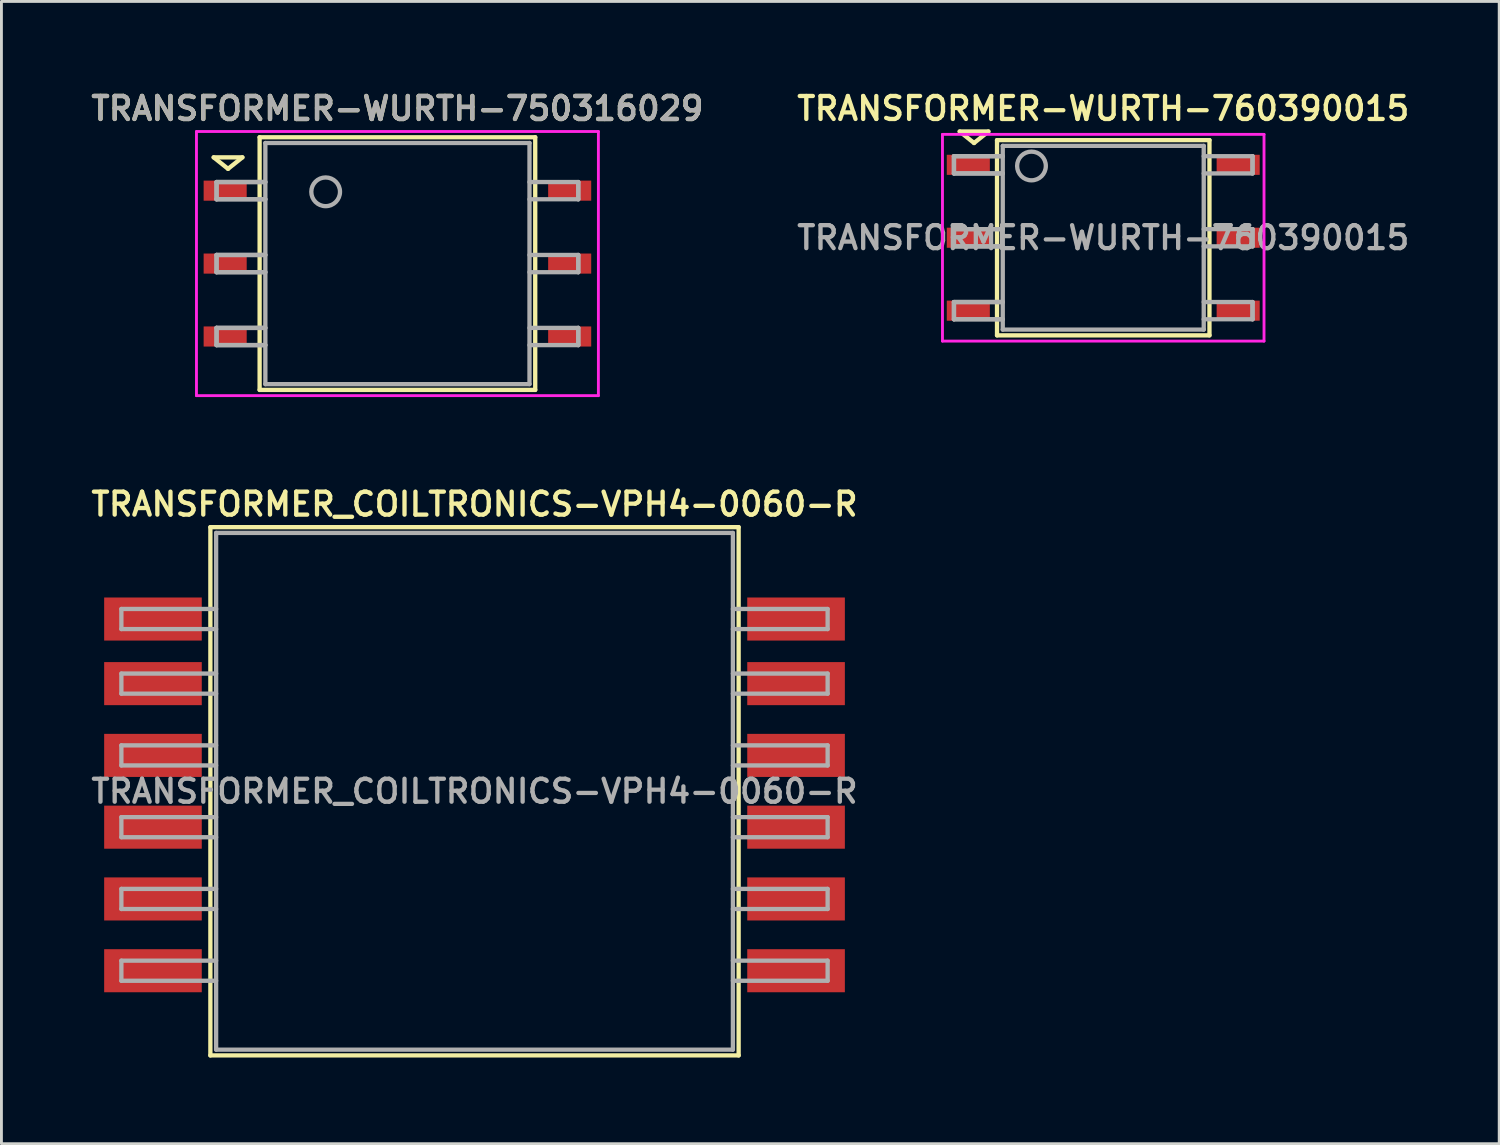
<source format=kicad_pcb>
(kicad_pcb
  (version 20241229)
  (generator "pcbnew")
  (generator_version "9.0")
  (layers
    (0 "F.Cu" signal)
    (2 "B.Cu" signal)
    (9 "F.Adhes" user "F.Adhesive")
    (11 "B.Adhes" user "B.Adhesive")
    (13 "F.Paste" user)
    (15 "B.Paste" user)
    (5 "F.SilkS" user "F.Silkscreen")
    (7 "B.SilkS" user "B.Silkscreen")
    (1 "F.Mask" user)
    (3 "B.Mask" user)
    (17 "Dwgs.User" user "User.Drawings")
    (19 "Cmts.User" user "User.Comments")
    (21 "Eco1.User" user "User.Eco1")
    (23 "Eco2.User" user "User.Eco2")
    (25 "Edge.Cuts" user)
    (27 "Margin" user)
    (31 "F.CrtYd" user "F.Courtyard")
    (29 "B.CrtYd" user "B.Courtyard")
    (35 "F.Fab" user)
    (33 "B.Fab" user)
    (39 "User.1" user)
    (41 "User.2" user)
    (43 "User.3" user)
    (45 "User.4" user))
  (footprint "TRANSFORMER_COILTRONICS-VPH4-0060-R"
    (layer "F.Cu")
    (at 13.478 24.512)
    (property "Reference" "TRANSFORMER_COILTRONICS-VPH4-0060-R" (at 0 -10 0) (layer "F.SilkS") (effects (font (size 0.8 0.8) (thickness 0.15))))
    (attr through_hole)
    (fp_line (start -9.2 -9.2) (end 9.2 -9.2) (stroke (width 0.15) (type solid)) (layer "F.SilkS"))
    (fp_line (start -9.2 9.2) (end -9.2 -9.2) (stroke (width 0.15) (type solid)) (layer "F.SilkS"))
    (fp_line (start -9.2 9.2) (end 9.2 9.2) (stroke (width 0.15) (type solid)) (layer "F.SilkS"))
    (fp_line (start 9.2 -9.2) (end 9.2 9.2) (stroke (width 0.15) (type solid)) (layer "F.SilkS"))
    (fp_line (start -12.3 -6.35) (end -12.3 -5.65) (stroke (width 0.15) (type solid)) (layer "F.Fab"))
    (fp_line (start -12.3 -5.65) (end -9 -5.65) (stroke (width 0.15) (type solid)) (layer "F.Fab"))
    (fp_line (start -12.3 -4.1) (end -12.3 -3.4) (stroke (width 0.15) (type solid)) (layer "F.Fab"))
    (fp_line (start -12.3 -3.4) (end -9 -3.4) (stroke (width 0.15) (type solid)) (layer "F.Fab"))
    (fp_line (start -12.3 -1.6) (end -12.3 -0.9) (stroke (width 0.15) (type solid)) (layer "F.Fab"))
    (fp_line (start -12.3 -0.9) (end -9 -0.9) (stroke (width 0.15) (type solid)) (layer "F.Fab"))
    (fp_line (start -12.3 0.9) (end -12.3 1.6) (stroke (width 0.15) (type solid)) (layer "F.Fab"))
    (fp_line (start -12.3 1.6) (end -9 1.6) (stroke (width 0.15) (type solid)) (layer "F.Fab"))
    (fp_line (start -12.3 3.4) (end -12.3 4.1) (stroke (width 0.15) (type solid)) (layer "F.Fab"))
    (fp_line (start -12.3 4.1) (end -9 4.1) (stroke (width 0.15) (type solid)) (layer "F.Fab"))
    (fp_line (start -12.3 5.9) (end -12.3 6.6) (stroke (width 0.15) (type solid)) (layer "F.Fab"))
    (fp_line (start -12.3 6.6) (end -9 6.6) (stroke (width 0.15) (type solid)) (layer "F.Fab"))
    (fp_line (start -9 -9) (end -9 9) (stroke (width 0.15) (type solid)) (layer "F.Fab"))
    (fp_line (start -9 -6.35) (end -12.3 -6.35) (stroke (width 0.15) (type solid)) (layer "F.Fab"))
    (fp_line (start -9 -4.1) (end -12.3 -4.1) (stroke (width 0.15) (type solid)) (layer "F.Fab"))
    (fp_line (start -9 -1.6) (end -12.3 -1.6) (stroke (width 0.15) (type solid)) (layer "F.Fab"))
    (fp_line (start -9 0.9) (end -12.3 0.9) (stroke (width 0.15) (type solid)) (layer "F.Fab"))
    (fp_line (start -9 3.4) (end -12.3 3.4) (stroke (width 0.15) (type solid)) (layer "F.Fab"))
    (fp_line (start -9 5.9) (end -12.3 5.9) (stroke (width 0.15) (type solid)) (layer "F.Fab"))
    (fp_line (start -9 9) (end 9 9) (stroke (width 0.15) (type solid)) (layer "F.Fab"))
    (fp_line (start 9 -9) (end -9 -9) (stroke (width 0.15) (type solid)) (layer "F.Fab"))
    (fp_line (start 9 -5.65) (end 12.3 -5.65) (stroke (width 0.15) (type solid)) (layer "F.Fab"))
    (fp_line (start 9 -3.4) (end 12.3 -3.4) (stroke (width 0.15) (type solid)) (layer "F.Fab"))
    (fp_line (start 9 -0.9) (end 12.3 -0.9) (stroke (width 0.15) (type solid)) (layer "F.Fab"))
    (fp_line (start 9 1.6) (end 12.3 1.6) (stroke (width 0.15) (type solid)) (layer "F.Fab"))
    (fp_line (start 9 4.1) (end 12.3 4.1) (stroke (width 0.15) (type solid)) (layer "F.Fab"))
    (fp_line (start 9 6.6) (end 12.3 6.6) (stroke (width 0.15) (type solid)) (layer "F.Fab"))
    (fp_line (start 9 9) (end 9 -9) (stroke (width 0.15) (type solid)) (layer "F.Fab"))
    (fp_line (start 12.3 -6.35) (end 9 -6.35) (stroke (width 0.15) (type solid)) (layer "F.Fab"))
    (fp_line (start 12.3 -5.65) (end 12.3 -6.35) (stroke (width 0.15) (type solid)) (layer "F.Fab"))
    (fp_line (start 12.3 -4.1) (end 9 -4.1) (stroke (width 0.15) (type solid)) (layer "F.Fab"))
    (fp_line (start 12.3 -3.4) (end 12.3 -4.1) (stroke (width 0.15) (type solid)) (layer "F.Fab"))
    (fp_line (start 12.3 -1.6) (end 9 -1.6) (stroke (width 0.15) (type solid)) (layer "F.Fab"))
    (fp_line (start 12.3 -0.9) (end 12.3 -1.6) (stroke (width 0.15) (type solid)) (layer "F.Fab"))
    (fp_line (start 12.3 0.9) (end 9 0.9) (stroke (width 0.15) (type solid)) (layer "F.Fab"))
    (fp_line (start 12.3 1.6) (end 12.3 0.9) (stroke (width 0.15) (type solid)) (layer "F.Fab"))
    (fp_line (start 12.3 3.4) (end 9 3.4) (stroke (width 0.15) (type solid)) (layer "F.Fab"))
    (fp_line (start 12.3 4.1) (end 12.3 3.4) (stroke (width 0.15) (type solid)) (layer "F.Fab"))
    (fp_line (start 12.3 5.9) (end 9 5.9) (stroke (width 0.15) (type solid)) (layer "F.Fab"))
    (fp_line (start 12.3 6.6) (end 12.3 5.9) (stroke (width 0.15) (type solid)) (layer "F.Fab"))
    (fp_text user "${REFERENCE}" (at 0 0 0) (layer "F.Fab") (effects (font (size 0.8 0.8) (thickness 0.15))))
    (pad "1" smd rect (at -11.2 -6) (size 3.4 1.5) (layers "F.Cu" "F.Mask" "F.Paste"))
    (pad "2" smd rect (at -11.2 -3.75) (size 3.4 1.5) (layers "F.Cu" "F.Mask" "F.Paste"))
    (pad "3" smd rect (at -11.2 -1.25) (size 3.4 1.5) (layers "F.Cu" "F.Mask" "F.Paste"))
    (pad "4" smd rect (at -11.2 1.25) (size 3.4 1.5) (layers "F.Cu" "F.Mask" "F.Paste"))
    (pad "5" smd rect (at -11.2 3.75) (size 3.4 1.5) (layers "F.Cu" "F.Mask" "F.Paste"))
    (pad "6" smd rect (at -11.2 6.25) (size 3.4 1.5) (layers "F.Cu" "F.Mask" "F.Paste"))
    (pad "7" smd rect (at 11.2 6.25) (size 3.4 1.5) (layers "F.Cu" "F.Mask" "F.Paste"))
    (pad "8" smd rect (at 11.2 3.75) (size 3.4 1.5) (layers "F.Cu" "F.Mask" "F.Paste"))
    (pad "9" smd rect (at 11.2 1.25) (size 3.4 1.5) (layers "F.Cu" "F.Mask" "F.Paste"))
    (pad "10" smd rect (at 11.2 -1.25) (size 3.4 1.5) (layers "F.Cu" "F.Mask" "F.Paste"))
    (pad "11" smd rect (at 11.2 -3.75) (size 3.4 1.5) (layers "F.Cu" "F.Mask" "F.Paste"))
    (pad "12" smd rect (at 11.2 -6) (size 3.4 1.5) (layers "F.Cu" "F.Mask" "F.Paste")))
  (footprint "TRANSFORMER-WURTH-750316029"
    (layer "F.Cu")
    (at 10.793 6.131)
    (property "Reference" "TRANSFORMER-WURTH-750316029" (at 0 -5.4 0) (layer "F.SilkS") (effects (font (size 0.8 0.8) (thickness 0.15))))
    (attr through_hole)
    (fp_line (start -6.4 -3.7) (end -5.4 -3.7) (stroke (width 0.15) (type solid)) (layer "F.SilkS"))
    (fp_line (start -5.9 -3.3) (end -6.4 -3.7) (stroke (width 0.15) (type solid)) (layer "F.SilkS"))
    (fp_line (start -5.4 -3.7) (end -5.9 -3.3) (stroke (width 0.15) (type solid)) (layer "F.SilkS"))
    (fp_line (start -4.8 -4.4) (end -4.8 4.4) (stroke (width 0.15) (type solid)) (layer "F.SilkS"))
    (fp_line (start -4.8 4.4) (end 4.8 4.4) (stroke (width 0.15) (type solid)) (layer "F.SilkS"))
    (fp_line (start 4.8 -4.4) (end -4.8 -4.4) (stroke (width 0.15) (type solid)) (layer "F.SilkS"))
    (fp_line (start 4.8 4.4) (end 4.8 -4.4) (stroke (width 0.15) (type solid)) (layer "F.SilkS"))
    (fp_line (start -7 -4.6) (end -7 4.6) (stroke (width 0.1) (type solid)) (layer "F.CrtYd"))
    (fp_line (start -7 4.6) (end 7 4.6) (stroke (width 0.1) (type solid)) (layer "F.CrtYd"))
    (fp_line (start 7 -4.6) (end -7 -4.6) (stroke (width 0.1) (type solid)) (layer "F.CrtYd"))
    (fp_line (start 7 4.6) (end 7 -4.6) (stroke (width 0.1) (type solid)) (layer "F.CrtYd"))
    (fp_line (start -6.3 -2.84) (end -6.3 -2.24) (stroke (width 0.15) (type solid)) (layer "F.Fab"))
    (fp_line (start -6.3 -2.84) (end -6.3 -2.24) (stroke (width 0.15) (type solid)) (layer "F.Fab"))
    (fp_line (start -6.3 -2.24) (end -4.6 -2.24) (stroke (width 0.15) (type solid)) (layer "F.Fab"))
    (fp_line (start -6.3 -2.24) (end -4.6 -2.24) (stroke (width 0.15) (type solid)) (layer "F.Fab"))
    (fp_line (start -6.3 -0.3) (end -6.3 0.3) (stroke (width 0.15) (type solid)) (layer "F.Fab"))
    (fp_line (start -6.3 -0.3) (end -6.3 0.3) (stroke (width 0.15) (type solid)) (layer "F.Fab"))
    (fp_line (start -6.3 0.3) (end -4.6 0.3) (stroke (width 0.15) (type solid)) (layer "F.Fab"))
    (fp_line (start -6.3 0.3) (end -4.6 0.3) (stroke (width 0.15) (type solid)) (layer "F.Fab"))
    (fp_line (start -6.3 2.24) (end -6.3 2.84) (stroke (width 0.15) (type solid)) (layer "F.Fab"))
    (fp_line (start -6.3 2.24) (end -6.3 2.84) (stroke (width 0.15) (type solid)) (layer "F.Fab"))
    (fp_line (start -6.3 2.84) (end -4.6 2.84) (stroke (width 0.15) (type solid)) (layer "F.Fab"))
    (fp_line (start -6.3 2.84) (end -4.6 2.84) (stroke (width 0.15) (type solid)) (layer "F.Fab"))
    (fp_line (start -4.6 -4.2) (end 4.6 -4.2) (stroke (width 0.15) (type solid)) (layer "F.Fab"))
    (fp_line (start -4.6 -2.84) (end -6.3 -2.84) (stroke (width 0.15) (type solid)) (layer "F.Fab"))
    (fp_line (start -4.6 -2.84) (end -6.3 -2.84) (stroke (width 0.15) (type solid)) (layer "F.Fab"))
    (fp_line (start -4.6 -0.3) (end -6.3 -0.3) (stroke (width 0.15) (type solid)) (layer "F.Fab"))
    (fp_line (start -4.6 -0.3) (end -6.3 -0.3) (stroke (width 0.15) (type solid)) (layer "F.Fab"))
    (fp_line (start -4.6 2.24) (end -6.3 2.24) (stroke (width 0.15) (type solid)) (layer "F.Fab"))
    (fp_line (start -4.6 2.24) (end -6.3 2.24) (stroke (width 0.15) (type solid)) (layer "F.Fab"))
    (fp_line (start -4.6 4.2) (end -4.6 -4.2) (stroke (width 0.15) (type solid)) (layer "F.Fab"))
    (fp_line (start 4.6 -4.2) (end 4.6 4.2) (stroke (width 0.15) (type solid)) (layer "F.Fab"))
    (fp_line (start 4.6 -2.84) (end 6.3 -2.84) (stroke (width 0.15) (type solid)) (layer "F.Fab"))
    (fp_line (start 4.6 -0.3) (end 6.3 -0.3) (stroke (width 0.15) (type solid)) (layer "F.Fab"))
    (fp_line (start 4.6 2.24) (end 6.3 2.24) (stroke (width 0.15) (type solid)) (layer "F.Fab"))
    (fp_line (start 4.6 4.2) (end -4.6 4.2) (stroke (width 0.15) (type solid)) (layer "F.Fab"))
    (fp_line (start 6.3 -2.84) (end 6.3 -2.24) (stroke (width 0.15) (type solid)) (layer "F.Fab"))
    (fp_line (start 6.3 -2.84) (end 6.3 -2.24) (stroke (width 0.15) (type solid)) (layer "F.Fab"))
    (fp_line (start 6.3 -2.24) (end 4.6 -2.24) (stroke (width 0.15) (type solid)) (layer "F.Fab"))
    (fp_line (start 6.3 -0.3) (end 6.3 0.3) (stroke (width 0.15) (type solid)) (layer "F.Fab"))
    (fp_line (start 6.3 -0.3) (end 6.3 0.3) (stroke (width 0.15) (type solid)) (layer "F.Fab"))
    (fp_line (start 6.3 0.3) (end 4.6 0.3) (stroke (width 0.15) (type solid)) (layer "F.Fab"))
    (fp_line (start 6.3 2.24) (end 6.3 2.84) (stroke (width 0.15) (type solid)) (layer "F.Fab"))
    (fp_line (start 6.3 2.24) (end 6.3 2.84) (stroke (width 0.15) (type solid)) (layer "F.Fab"))
    (fp_line (start 6.3 2.84) (end 4.6 2.84) (stroke (width 0.15) (type solid)) (layer "F.Fab"))
    (fp_circle (center -2.5 -2.5) (end -2 -2.5) (stroke (width 0.15) (type solid)) (fill no) (layer "F.Fab"))
    (fp_text user "${REFERENCE}" (at 0 -5.4 0) (layer "F.Fab") (effects (font (size 0.8 0.8) (thickness 0.15))))
    (pad "1" smd rect (at -6 -2.54) (size 1.5 0.7) (layers "F.Cu" "F.Mask" "F.Paste"))
    (pad "2" smd rect (at -6 0) (size 1.5 0.7) (layers "F.Cu" "F.Mask" "F.Paste"))
    (pad "3" smd rect (at -6 2.54) (size 1.5 0.7) (layers "F.Cu" "F.Mask" "F.Paste"))
    (pad "4" smd rect (at 6 2.54) (size 1.5 0.7) (layers "F.Cu" "F.Mask" "F.Paste"))
    (pad "5" smd rect (at 6 0) (size 1.5 0.7) (layers "F.Cu" "F.Mask" "F.Paste"))
    (pad "6" smd rect (at 6 -2.54) (size 1.5 0.7) (layers "F.Cu" "F.Mask" "F.Paste")))
  (footprint "TRANSFORMER-WURTH-760390015"
    (layer "F.Cu")
    (at 35.378 5.231)
    (property "Reference" "TRANSFORMER-WURTH-760390015" (at 0 -4.5 0) (layer "F.SilkS") (effects (font (size 0.8 0.8) (thickness 0.15))))
    (attr through_hole)
    (fp_line (start -5 -3.7) (end -4 -3.7) (stroke (width 0.15) (type solid)) (layer "F.SilkS"))
    (fp_line (start -4.5 -3.3) (end -5 -3.7) (stroke (width 0.15) (type solid)) (layer "F.SilkS"))
    (fp_line (start -4 -3.7) (end -4.5 -3.3) (stroke (width 0.15) (type solid)) (layer "F.SilkS"))
    (fp_line (start -3.7 -3.4) (end -3.7 3.4) (stroke (width 0.15) (type solid)) (layer "F.SilkS"))
    (fp_line (start -3.7 3.4) (end 3.7 3.4) (stroke (width 0.15) (type solid)) (layer "F.SilkS"))
    (fp_line (start 3.7 -3.4) (end -3.7 -3.4) (stroke (width 0.15) (type solid)) (layer "F.SilkS"))
    (fp_line (start 3.7 3.4) (end 3.7 -3.4) (stroke (width 0.15) (type solid)) (layer "F.SilkS"))
    (fp_line (start -5.6 -3.6) (end -5.6 3.6) (stroke (width 0.1) (type solid)) (layer "F.CrtYd"))
    (fp_line (start -5.6 3.6) (end 5.6 3.6) (stroke (width 0.1) (type solid)) (layer "F.CrtYd"))
    (fp_line (start 5.6 -3.6) (end -5.6 -3.6) (stroke (width 0.1) (type solid)) (layer "F.CrtYd"))
    (fp_line (start 5.6 3.6) (end 5.6 -3.6) (stroke (width 0.1) (type solid)) (layer "F.CrtYd"))
    (fp_line (start -5.2 -2.84) (end -5.2 -2.24) (stroke (width 0.15) (type solid)) (layer "F.Fab"))
    (fp_line (start -5.2 -2.84) (end -5.2 -2.24) (stroke (width 0.15) (type solid)) (layer "F.Fab"))
    (fp_line (start -5.2 -2.24) (end -3.5 -2.24) (stroke (width 0.15) (type solid)) (layer "F.Fab"))
    (fp_line (start -5.2 -2.24) (end -3.5 -2.24) (stroke (width 0.15) (type solid)) (layer "F.Fab"))
    (fp_line (start -5.2 -0.3) (end -5.2 0.3) (stroke (width 0.15) (type solid)) (layer "F.Fab"))
    (fp_line (start -5.2 -0.3) (end -5.2 0.3) (stroke (width 0.15) (type solid)) (layer "F.Fab"))
    (fp_line (start -5.2 0.3) (end -3.5 0.3) (stroke (width 0.15) (type solid)) (layer "F.Fab"))
    (fp_line (start -5.2 0.3) (end -3.5 0.3) (stroke (width 0.15) (type solid)) (layer "F.Fab"))
    (fp_line (start -5.2 2.24) (end -5.2 2.84) (stroke (width 0.15) (type solid)) (layer "F.Fab"))
    (fp_line (start -5.2 2.24) (end -5.2 2.84) (stroke (width 0.15) (type solid)) (layer "F.Fab"))
    (fp_line (start -5.2 2.84) (end -3.5 2.84) (stroke (width 0.15) (type solid)) (layer "F.Fab"))
    (fp_line (start -5.2 2.84) (end -3.5 2.84) (stroke (width 0.15) (type solid)) (layer "F.Fab"))
    (fp_line (start -3.5 -3.2) (end 3.5 -3.2) (stroke (width 0.15) (type solid)) (layer "F.Fab"))
    (fp_line (start -3.5 -2.84) (end -5.2 -2.84) (stroke (width 0.15) (type solid)) (layer "F.Fab"))
    (fp_line (start -3.5 -2.84) (end -5.2 -2.84) (stroke (width 0.15) (type solid)) (layer "F.Fab"))
    (fp_line (start -3.5 -0.3) (end -5.2 -0.3) (stroke (width 0.15) (type solid)) (layer "F.Fab"))
    (fp_line (start -3.5 -0.3) (end -5.2 -0.3) (stroke (width 0.15) (type solid)) (layer "F.Fab"))
    (fp_line (start -3.5 2.24) (end -5.2 2.24) (stroke (width 0.15) (type solid)) (layer "F.Fab"))
    (fp_line (start -3.5 2.24) (end -5.2 2.24) (stroke (width 0.15) (type solid)) (layer "F.Fab"))
    (fp_line (start -3.5 3.2) (end -3.5 -3.2) (stroke (width 0.15) (type solid)) (layer "F.Fab"))
    (fp_line (start 3.5 -3.2) (end 3.5 3.2) (stroke (width 0.15) (type solid)) (layer "F.Fab"))
    (fp_line (start 3.5 -2.84) (end 5.2 -2.84) (stroke (width 0.15) (type solid)) (layer "F.Fab"))
    (fp_line (start 3.5 -0.3) (end 5.2 -0.3) (stroke (width 0.15) (type solid)) (layer "F.Fab"))
    (fp_line (start 3.5 2.24) (end 5.2 2.24) (stroke (width 0.15) (type solid)) (layer "F.Fab"))
    (fp_line (start 3.5 3.2) (end -3.5 3.2) (stroke (width 0.15) (type solid)) (layer "F.Fab"))
    (fp_line (start 5.2 -2.84) (end 5.2 -2.24) (stroke (width 0.15) (type solid)) (layer "F.Fab"))
    (fp_line (start 5.2 -2.84) (end 5.2 -2.24) (stroke (width 0.15) (type solid)) (layer "F.Fab"))
    (fp_line (start 5.2 -2.24) (end 3.5 -2.24) (stroke (width 0.15) (type solid)) (layer "F.Fab"))
    (fp_line (start 5.2 -0.3) (end 5.2 0.3) (stroke (width 0.15) (type solid)) (layer "F.Fab"))
    (fp_line (start 5.2 -0.3) (end 5.2 0.3) (stroke (width 0.15) (type solid)) (layer "F.Fab"))
    (fp_line (start 5.2 0.3) (end 3.5 0.3) (stroke (width 0.15) (type solid)) (layer "F.Fab"))
    (fp_line (start 5.2 2.24) (end 5.2 2.84) (stroke (width 0.15) (type solid)) (layer "F.Fab"))
    (fp_line (start 5.2 2.24) (end 5.2 2.84) (stroke (width 0.15) (type solid)) (layer "F.Fab"))
    (fp_line (start 5.2 2.84) (end 3.5 2.84) (stroke (width 0.15) (type solid)) (layer "F.Fab"))
    (fp_circle (center -2.5 -2.5) (end -2 -2.5) (stroke (width 0.15) (type solid)) (fill no) (layer "F.Fab"))
    (fp_text user "${REFERENCE}" (at 0 0 0) (layer "F.Fab") (effects (font (size 0.8 0.8) (thickness 0.15))))
    (pad "1" smd rect (at -4.7 -2.54) (size 1.5 0.7) (layers "F.Cu" "F.Mask" "F.Paste"))
    (pad "2" smd rect (at -4.7 0) (size 1.5 0.7) (layers "F.Cu" "F.Mask" "F.Paste"))
    (pad "3" smd rect (at -4.7 2.54) (size 1.5 0.7) (layers "F.Cu" "F.Mask" "F.Paste"))
    (pad "4" smd rect (at 4.7 2.54) (size 1.5 0.7) (layers "F.Cu" "F.Mask" "F.Paste"))
    (pad "5" smd rect (at 4.7 0) (size 1.5 0.7) (layers "F.Cu" "F.Mask" "F.Paste"))
    (pad "6" smd rect (at 4.7 -2.54) (size 1.5 0.7) (layers "F.Cu" "F.Mask" "F.Paste")))
  (gr_rect
    (start -3 -3)
    (end 49.17 36.788)
    (stroke (width 0.1) (type default))
    (fill no)
    (layer "Edge.Cuts")))
</source>
